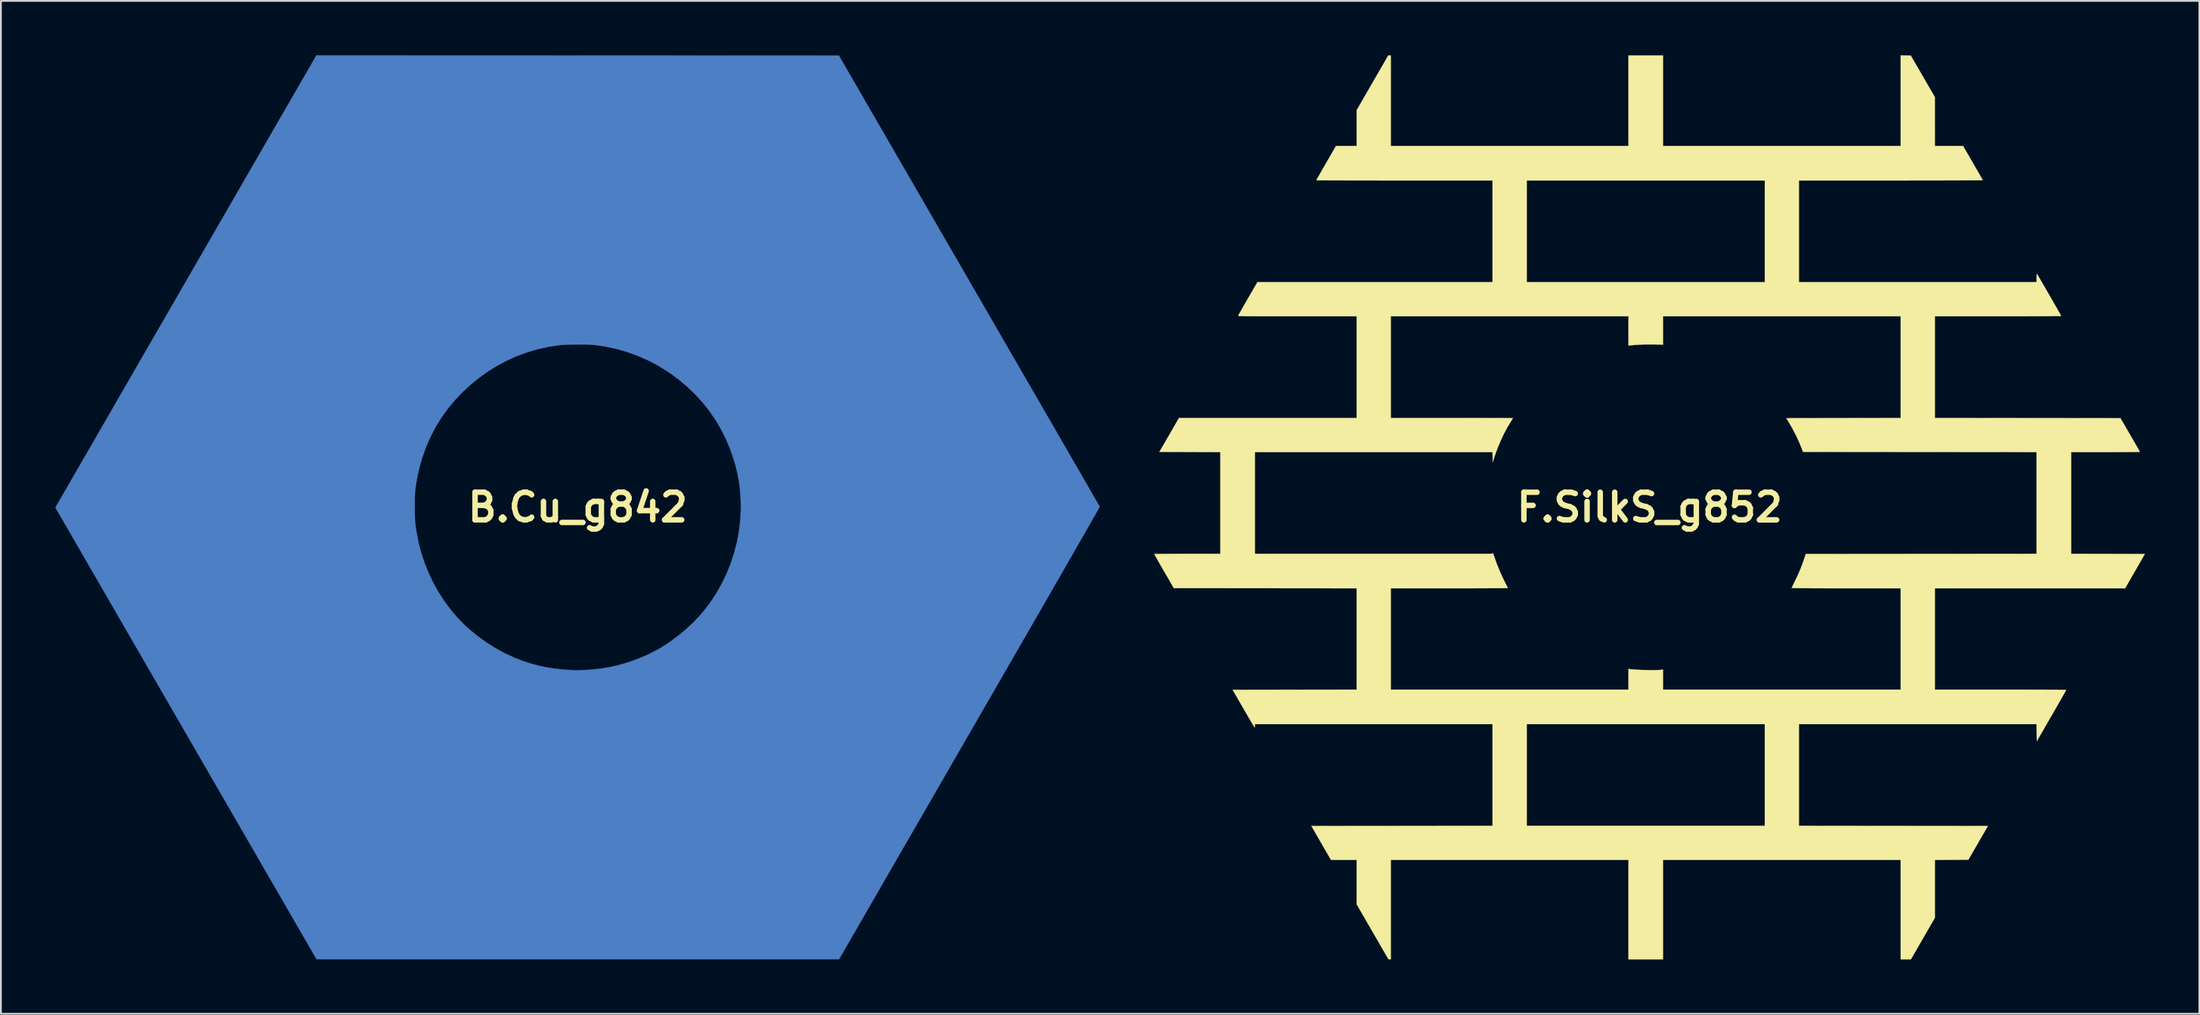
<source format=kicad_pcb>
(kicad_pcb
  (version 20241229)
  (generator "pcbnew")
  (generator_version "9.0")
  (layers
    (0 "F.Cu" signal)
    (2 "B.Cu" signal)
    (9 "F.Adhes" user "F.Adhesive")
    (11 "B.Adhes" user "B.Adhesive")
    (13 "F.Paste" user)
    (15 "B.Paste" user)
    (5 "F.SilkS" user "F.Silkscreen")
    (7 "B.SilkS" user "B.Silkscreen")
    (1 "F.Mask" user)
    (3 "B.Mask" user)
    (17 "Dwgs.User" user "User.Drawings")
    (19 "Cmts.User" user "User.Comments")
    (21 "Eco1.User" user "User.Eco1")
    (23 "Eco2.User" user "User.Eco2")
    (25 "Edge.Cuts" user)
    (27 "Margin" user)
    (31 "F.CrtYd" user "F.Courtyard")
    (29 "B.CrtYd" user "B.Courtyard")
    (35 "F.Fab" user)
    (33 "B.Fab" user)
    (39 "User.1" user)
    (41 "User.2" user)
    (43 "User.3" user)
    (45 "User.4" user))
  (footprint "B.Cu_g842"
    (layer "F.Cu")
    (at 28.799 24.939)
    (property "Reference" "B.Cu_g842" (at 0 0 0) (layer "F.SilkS") (effects (font (size 1.524 1.524) (thickness 0.3))))
    (attr through_hole)
    (fp_poly (pts (xy -0.003 -24.929) (xy 14.4 -24.924) (xy 17.831 -18.986) (xy 18.132 -18.467) (xy 18.451 -17.914) (xy 18.788 -17.331) (xy 19.14 -16.723) (xy 19.505 -16.092) (xy 19.88 -15.441) (xy 20.265 -14.775) (xy 20.657 -14.097) (xy 21.054 -13.411) (xy 21.454 -12.719) (xy 21.854 -12.026) (xy 22.254 -11.335) (xy 22.65 -10.649) (xy 23.041 -9.973) (xy 23.425 -9.308) (xy 23.8 -8.66) (xy 24.163 -8.032) (xy 24.513 -7.426) (xy 24.848 -6.847) (xy 25.014 -6.56) (xy 25.294 -6.074) (xy 25.57 -5.597) (xy 25.839 -5.131) (xy 26.101 -4.677) (xy 26.356 -4.237) (xy 26.602 -3.81) (xy 26.839 -3.4) (xy 27.066 -3.007) (xy 27.282 -2.632) (xy 27.487 -2.277) (xy 27.68 -1.943) (xy 27.86 -1.631) (xy 28.026 -1.343) (xy 28.177 -1.08) (xy 28.314 -0.844) (xy 28.434 -0.635) (xy 28.537 -0.455) (xy 28.623 -0.306) (xy 28.691 -0.188) (xy 28.74 -0.103) (xy 28.769 -0.052) (xy 28.777 -0.036) (xy 28.768 -0.016) (xy 28.737 0.041) (xy 28.685 0.135) (xy 28.613 0.264) (xy 28.52 0.428) (xy 28.406 0.628) (xy 28.272 0.864) (xy 28.118 1.134) (xy 27.944 1.438) (xy 27.75 1.777) (xy 27.537 2.15) (xy 27.303 2.557) (xy 27.051 2.998) (xy 26.778 3.472) (xy 26.487 3.979) (xy 26.177 4.518) (xy 25.848 5.091) (xy 25.5 5.695) (xy 25.133 6.332) (xy 24.748 7.001) (xy 24.345 7.701) (xy 23.924 8.432) (xy 23.485 9.195) (xy 23.027 9.988) (xy 22.552 10.811) (xy 22.06 11.666) (xy 21.598 12.466) (xy 14.407 24.934) (xy -14.392 24.934) (xy -14.422 24.887) (xy -14.435 24.866) (xy -14.467 24.809) (xy -14.52 24.718) (xy -14.592 24.594) (xy -14.682 24.438) (xy -14.79 24.251) (xy -14.915 24.035) (xy -15.057 23.789) (xy -15.215 23.517) (xy -15.388 23.218) (xy -15.575 22.894) (xy -15.776 22.546) (xy -15.991 22.175) (xy -16.217 21.783) (xy -16.456 21.37) (xy -16.706 20.938) (xy -16.966 20.487) (xy -17.236 20.02) (xy -17.515 19.537) (xy -17.803 19.039) (xy -18.099 18.527) (xy -18.401 18.003) (xy -18.711 17.468) (xy -19.026 16.923) (xy -19.346 16.369) (xy -19.67 15.807) (xy -19.999 15.239) (xy -20.331 14.665) (xy -20.665 14.087) (xy -21.001 13.505) (xy -21.338 12.922) (xy -21.675 12.338) (xy -22.013 11.754) (xy -22.349 11.171) (xy -22.684 10.592) (xy -23.017 10.016) (xy -23.347 9.445) (xy -23.673 8.88) (xy -23.995 8.322) (xy -24.312 7.773) (xy -24.624 7.233) (xy -24.93 6.704) (xy -25.229 6.187) (xy -25.52 5.683) (xy -25.803 5.193) (xy -26.077 4.719) (xy -26.341 4.261) (xy -26.596 3.82) (xy -26.839 3.399) (xy -27.071 2.997) (xy -27.291 2.617) (xy -27.498 2.259) (xy -27.691 1.924) (xy -27.87 1.614) (xy -28.034 1.33) (xy -28.183 1.072) (xy -28.315 0.843) (xy -28.431 0.642) (xy -28.529 0.473) (xy -28.609 0.334) (xy -28.67 0.229) (xy -28.711 0.157) (xy -28.732 0.12) (xy -28.735 0.116) (xy -28.794 0.009) (xy -28.752 -0.064) (xy -8.984 -0.064) (xy -8.984 0.159) (xy -8.982 0.347) (xy -8.978 0.51) (xy -8.972 0.655) (xy -8.962 0.792) (xy -8.948 0.928) (xy -8.929 1.073) (xy -8.906 1.233) (xy -8.888 1.352) (xy -8.776 1.936) (xy -8.626 2.512) (xy -8.439 3.078) (xy -8.216 3.631) (xy -7.96 4.167) (xy -7.671 4.683) (xy -7.352 5.178) (xy -7.003 5.648) (xy -6.627 6.09) (xy -6.224 6.502) (xy -5.99 6.716) (xy -5.529 7.096) (xy -5.045 7.447) (xy -4.544 7.764) (xy -4.03 8.045) (xy -3.509 8.287) (xy -3.465 8.306) (xy -3.035 8.473) (xy -2.603 8.614) (xy -2.165 8.732) (xy -1.713 8.826) (xy -1.243 8.9) (xy -0.747 8.953) (xy -0.221 8.986) (xy -0.074 8.992) (xy -0.026 8.992) (xy 0.056 8.99) (xy 0.163 8.986) (xy 0.287 8.981) (xy 0.413 8.974) (xy 0.903 8.938) (xy 1.366 8.882) (xy 1.813 8.804) (xy 2.254 8.702) (xy 2.701 8.574) (xy 2.868 8.52) (xy 3.399 8.327) (xy 3.909 8.104) (xy 4.393 7.855) (xy 4.848 7.581) (xy 5.102 7.409) (xy 5.552 7.072) (xy 5.964 6.731) (xy 6.342 6.381) (xy 6.691 6.018) (xy 7.014 5.637) (xy 7.306 5.249) (xy 7.643 4.738) (xy 7.944 4.206) (xy 8.209 3.655) (xy 8.437 3.087) (xy 8.627 2.506) (xy 8.778 1.914) (xy 8.89 1.313) (xy 8.961 0.706) (xy 8.991 0.096) (xy 8.989 -0.286) (xy 8.968 -0.724) (xy 8.928 -1.143) (xy 8.868 -1.551) (xy 8.786 -1.956) (xy 8.68 -2.367) (xy 8.548 -2.792) (xy 8.399 -3.217) (xy 8.174 -3.761) (xy 7.91 -4.289) (xy 7.61 -4.8) (xy 7.275 -5.29) (xy 6.905 -5.759) (xy 6.502 -6.205) (xy 6.068 -6.626) (xy 5.604 -7.02) (xy 5.112 -7.386) (xy 4.958 -7.49) (xy 4.429 -7.817) (xy 3.882 -8.105) (xy 3.318 -8.355) (xy 2.738 -8.565) (xy 2.144 -8.736) (xy 1.535 -8.868) (xy 0.931 -8.957) (xy 0.807 -8.968) (xy 0.648 -8.976) (xy 0.463 -8.982) (xy 0.259 -8.985) (xy 0.044 -8.985) (xy -0.175 -8.984) (xy -0.389 -8.98) (xy -0.591 -8.973) (xy -0.773 -8.964) (xy -0.928 -8.954) (xy -1.005 -8.946) (xy -1.618 -8.854) (xy -2.215 -8.722) (xy -2.797 -8.551) (xy -3.365 -8.34) (xy -3.92 -8.089) (xy -4.462 -7.798) (xy -4.911 -7.52) (xy -5.414 -7.165) (xy -5.891 -6.779) (xy -6.34 -6.365) (xy -6.758 -5.926) (xy -7.143 -5.462) (xy -7.495 -4.976) (xy -7.81 -4.471) (xy -7.836 -4.424) (xy -8.113 -3.893) (xy -8.355 -3.34) (xy -8.56 -2.767) (xy -8.73 -2.175) (xy -8.862 -1.567) (xy -8.936 -1.101) (xy -8.95 -0.993) (xy -8.961 -0.893) (xy -8.969 -0.794) (xy -8.976 -0.687) (xy -8.98 -0.566) (xy -8.982 -0.424) (xy -8.984 -0.254) (xy -8.984 -0.064) (xy -28.752 -0.064) (xy -27.824 -1.673) (xy -27.714 -1.863) (xy -27.584 -2.088) (xy -27.435 -2.346) (xy -27.268 -2.636) (xy -27.083 -2.957) (xy -26.881 -3.307) (xy -26.664 -3.683) (xy -26.432 -4.085) (xy -26.186 -4.512) (xy -25.928 -4.96) (xy -25.657 -5.43) (xy -25.375 -5.918) (xy -25.083 -6.425) (xy -24.781 -6.947) (xy -24.472 -7.484) (xy -24.155 -8.034) (xy -23.831 -8.595) (xy -23.502 -9.166) (xy -23.168 -9.745) (xy -22.83 -10.33) (xy -22.489 -10.921) (xy -22.147 -11.515) (xy -21.803 -12.111) (xy -21.459 -12.707) (xy -21.116 -13.301) (xy -20.775 -13.893) (xy -20.436 -14.48) (xy -20.101 -15.061) (xy -19.77 -15.635) (xy -19.445 -16.199) (xy -19.126 -16.752) (xy -18.814 -17.293) (xy -18.51 -17.82) (xy -18.215 -18.331) (xy -17.93 -18.825) (xy -17.656 -19.3) (xy -17.393 -19.755) (xy -17.144 -20.188) (xy -16.907 -20.598) (xy -16.747 -20.876) (xy -14.406 -24.934) (xy -0.003 -24.929)) (stroke (width 0.01) (type solid)) (fill yes) (layer "B.Cu")))
  (footprint "F.SilkS_g852"
    (layer "F.Cu")
    (at 87.891 24.941)
    (property "Reference" "F.SilkS_g852" (at 0 0 0) (layer "F.SilkS") (effects (font (size 1.524 1.524) (thickness 0.3))))
    (attr through_hole)
    (fp_poly (pts (xy 14.4 -24.924) (xy 15.725 -22.638) (xy 15.727 -19.939) (xy 17.283 -19.938) (xy 17.822 -19.004) (xy 17.927 -18.822) (xy 18.026 -18.652) (xy 18.116 -18.495) (xy 18.195 -18.357) (xy 18.262 -18.24) (xy 18.315 -18.148) (xy 18.351 -18.085) (xy 18.368 -18.054) (xy 18.369 -18.052) (xy 18.349 -18.05) (xy 18.288 -18.049) (xy 18.189 -18.047) (xy 18.053 -18.046) (xy 17.881 -18.044) (xy 17.677 -18.043) (xy 17.441 -18.042) (xy 17.175 -18.04) (xy 16.882 -18.039) (xy 16.563 -18.038) (xy 16.22 -18.037) (xy 15.855 -18.036) (xy 15.469 -18.036) (xy 15.065 -18.035) (xy 14.644 -18.035) (xy 14.208 -18.034) (xy 13.758 -18.034) (xy 13.305 -18.034) (xy 8.234 -18.034) (xy 8.234 -12.425) (xy 21.336 -12.425) (xy 21.336 -12.662) (xy 21.338 -12.763) (xy 21.342 -12.835) (xy 21.349 -12.874) (xy 21.355 -12.879) (xy 21.37 -12.856) (xy 21.403 -12.801) (xy 21.453 -12.717) (xy 21.517 -12.608) (xy 21.593 -12.478) (xy 21.679 -12.33) (xy 21.772 -12.169) (xy 21.871 -11.998) (xy 21.973 -11.821) (xy 22.076 -11.642) (xy 22.178 -11.465) (xy 22.277 -11.293) (xy 22.37 -11.13) (xy 22.456 -10.98) (xy 22.531 -10.847) (xy 22.595 -10.735) (xy 22.644 -10.648) (xy 22.676 -10.588) (xy 22.69 -10.561) (xy 22.691 -10.56) (xy 22.67 -10.558) (xy 22.608 -10.556) (xy 22.508 -10.553) (xy 22.371 -10.552) (xy 22.198 -10.55) (xy 21.992 -10.548) (xy 21.754 -10.547) (xy 21.485 -10.545) (xy 21.189 -10.544) (xy 20.866 -10.543) (xy 20.518 -10.542) (xy 20.147 -10.542) (xy 19.754 -10.541) (xy 19.342 -10.541) (xy 19.209 -10.541) (xy 15.727 -10.541) (xy 15.727 -4.932) (xy 20.843 -4.927) (xy 25.96 -4.921) (xy 26.494 -4) (xy 26.598 -3.82) (xy 26.696 -3.651) (xy 26.785 -3.496) (xy 26.863 -3.36) (xy 26.929 -3.245) (xy 26.979 -3.155) (xy 27.013 -3.094) (xy 27.028 -3.066) (xy 27.029 -3.064) (xy 27.008 -3.062) (xy 26.948 -3.059) (xy 26.852 -3.057) (xy 26.723 -3.055) (xy 26.563 -3.053) (xy 26.375 -3.052) (xy 26.164 -3.051) (xy 25.931 -3.049) (xy 25.679 -3.049) (xy 25.413 -3.048) (xy 25.135 -3.048) (xy 23.241 -3.048) (xy 23.241 2.561) (xy 25.273 2.566) (xy 27.305 2.572) (xy 26.215 4.465) (xy 20.971 4.466) (xy 15.727 4.466) (xy 15.727 10.054) (xy 19.346 10.054) (xy 19.847 10.054) (xy 20.314 10.055) (xy 20.744 10.055) (xy 21.138 10.056) (xy 21.496 10.057) (xy 21.816 10.058) (xy 22.098 10.06) (xy 22.341 10.062) (xy 22.546 10.064) (xy 22.71 10.066) (xy 22.835 10.068) (xy 22.918 10.071) (xy 22.961 10.073) (xy 22.966 10.075) (xy 22.955 10.096) (xy 22.926 10.151) (xy 22.878 10.237) (xy 22.813 10.351) (xy 22.735 10.49) (xy 22.643 10.651) (xy 22.539 10.832) (xy 22.426 11.03) (xy 22.304 11.241) (xy 22.176 11.464) (xy 22.156 11.498) (xy 21.347 12.901) (xy 21.341 12.43) (xy 21.335 11.959) (xy 8.234 11.959) (xy 8.234 17.568) (xy 18.649 17.579) (xy 18.112 18.51) (xy 17.574 19.442) (xy 16.651 19.447) (xy 15.727 19.453) (xy 15.727 22.645) (xy 15.067 23.79) (xy 14.407 24.934) (xy 13.843 24.934) (xy 13.843 19.452) (xy 0.741 19.452) (xy 0.741 24.934) (xy -1.164 24.934) (xy -1.164 19.452) (xy -14.266 19.452) (xy -14.266 24.934) (xy -14.329 24.934) (xy -14.379 24.926) (xy -14.408 24.908) (xy -14.421 24.886) (xy -14.453 24.83) (xy -14.504 24.743) (xy -14.571 24.628) (xy -14.652 24.487) (xy -14.747 24.323) (xy -14.853 24.14) (xy -14.969 23.939) (xy -15.094 23.724) (xy -15.225 23.497) (xy -15.287 23.389) (xy -16.15 21.897) (xy -16.15 19.452) (xy -17.563 19.452) (xy -18.104 18.516) (xy -18.645 17.579) (xy -13.651 17.574) (xy -8.657 17.568) (xy -8.657 11.959) (xy -6.773 11.959) (xy -6.773 17.568) (xy 6.35 17.568) (xy 6.35 11.959) (xy -6.773 11.959) (xy -8.657 11.959) (xy -21.759 11.959) (xy -21.759 12.059) (xy -21.763 12.119) (xy -21.773 12.14) (xy -21.781 12.136) (xy -21.796 12.114) (xy -21.829 12.059) (xy -21.88 11.974) (xy -21.946 11.862) (xy -22.025 11.727) (xy -22.115 11.572) (xy -22.215 11.401) (xy -22.322 11.217) (xy -22.395 11.089) (xy -22.987 10.065) (xy -19.569 10.059) (xy -16.15 10.054) (xy -16.15 4.466) (xy -26.229 4.456) (xy -26.767 3.525) (xy -26.872 3.343) (xy -26.97 3.173) (xy -27.059 3.017) (xy -27.137 2.88) (xy -27.203 2.763) (xy -27.254 2.672) (xy -27.289 2.61) (xy -27.304 2.58) (xy -27.305 2.578) (xy -27.284 2.575) (xy -27.224 2.573) (xy -27.128 2.571) (xy -26.999 2.568) (xy -26.839 2.567) (xy -26.653 2.565) (xy -26.443 2.564) (xy -26.211 2.563) (xy -25.962 2.562) (xy -25.698 2.561) (xy -25.485 2.561) (xy -23.664 2.561) (xy -23.664 -3.048) (xy -23.743 -3.048) (xy -21.759 -3.048) (xy -21.759 2.561) (xy -8.66 2.561) (xy -8.653 2.514) (xy -8.644 2.512) (xy -8.625 2.548) (xy -8.598 2.618) (xy -8.563 2.719) (xy -8.558 2.734) (xy -8.411 3.147) (xy -8.24 3.567) (xy -8.054 3.971) (xy -8.013 4.053) (xy -7.954 4.17) (xy -7.902 4.274) (xy -7.86 4.359) (xy -7.829 4.419) (xy -7.815 4.449) (xy -7.814 4.45) (xy -7.834 4.452) (xy -7.894 4.454) (xy -7.992 4.456) (xy -8.125 4.457) (xy -8.291 4.459) (xy -8.489 4.46) (xy -8.715 4.461) (xy -8.967 4.462) (xy -9.243 4.463) (xy -9.541 4.464) (xy -9.859 4.465) (xy -10.194 4.466) (xy -10.543 4.466) (xy -10.905 4.466) (xy -11.037 4.466) (xy -14.266 4.466) (xy -14.266 10.054) (xy -1.164 10.054) (xy -1.164 8.908) (xy -1.106 8.92) (xy -1.024 8.932) (xy -0.906 8.943) (xy -0.761 8.953) (xy -0.594 8.962) (xy -0.413 8.969) (xy -0.226 8.974) (xy -0.038 8.978) (xy 0.142 8.979) (xy 0.307 8.978) (xy 0.452 8.975) (xy 0.568 8.969) (xy 0.625 8.963) (xy 0.741 8.949) (xy 0.741 10.054) (xy 13.843 10.054) (xy 13.843 4.466) (xy 10.837 4.466) (xy 10.484 4.466) (xy 10.143 4.466) (xy 9.816 4.465) (xy 9.505 4.464) (xy 9.214 4.463) (xy 8.943 4.462) (xy 8.696 4.461) (xy 8.476 4.459) (xy 8.284 4.458) (xy 8.122 4.456) (xy 7.994 4.454) (xy 7.901 4.452) (xy 7.847 4.45) (xy 7.832 4.449) (xy 7.841 4.425) (xy 7.866 4.37) (xy 7.904 4.29) (xy 7.953 4.192) (xy 7.999 4.098) (xy 8.166 3.751) (xy 8.313 3.408) (xy 8.449 3.05) (xy 8.501 2.9) (xy 8.613 2.572) (xy 14.975 2.566) (xy 21.336 2.561) (xy 21.336 -3.048) (xy 8.459 -3.059) (xy 8.37 -3.291) (xy 8.217 -3.662) (xy 8.035 -4.045) (xy 7.832 -4.426) (xy 7.659 -4.72) (xy 7.535 -4.921) (xy 10.689 -4.927) (xy 13.843 -4.932) (xy 13.843 -10.541) (xy 0.741 -10.541) (xy 0.741 -8.978) (xy 0.249 -8.99) (xy -0.278 -8.989) (xy -0.791 -8.962) (xy -1.032 -8.94) (xy -1.164 -8.926) (xy -1.164 -10.541) (xy -14.266 -10.541) (xy -14.266 -4.932) (xy -10.901 -4.932) (xy -10.527 -4.932) (xy -10.165 -4.932) (xy -9.816 -4.931) (xy -9.484 -4.931) (xy -9.17 -4.93) (xy -8.877 -4.93) (xy -8.607 -4.929) (xy -8.361 -4.928) (xy -8.144 -4.928) (xy -7.956 -4.927) (xy -7.799 -4.926) (xy -7.677 -4.925) (xy -7.591 -4.924) (xy -7.544 -4.923) (xy -7.535 -4.922) (xy -7.546 -4.901) (xy -7.575 -4.853) (xy -7.616 -4.788) (xy -7.631 -4.763) (xy -7.833 -4.429) (xy -8.029 -4.062) (xy -8.212 -3.674) (xy -8.379 -3.274) (xy -8.526 -2.873) (xy -8.598 -2.646) (xy -8.647 -2.487) (xy -8.652 -2.768) (xy -8.658 -3.048) (xy -21.759 -3.048) (xy -23.743 -3.048) (xy -25.344 -3.053) (xy -27.025 -3.059) (xy -26.484 -3.995) (xy -25.944 -4.932) (xy -16.15 -4.932) (xy -16.15 -10.541) (xy -19.423 -10.541) (xy -19.859 -10.541) (xy -20.255 -10.541) (xy -20.613 -10.541) (xy -20.934 -10.542) (xy -21.221 -10.542) (xy -21.475 -10.542) (xy -21.698 -10.543) (xy -21.892 -10.544) (xy -22.06 -10.545) (xy -22.202 -10.546) (xy -22.322 -10.548) (xy -22.42 -10.55) (xy -22.5 -10.552) (xy -22.562 -10.554) (xy -22.609 -10.557) (xy -22.642 -10.56) (xy -22.664 -10.564) (xy -22.677 -10.568) (xy -22.682 -10.572) (xy -22.682 -10.575) (xy -22.669 -10.6) (xy -22.637 -10.658) (xy -22.588 -10.745) (xy -22.524 -10.858) (xy -22.447 -10.992) (xy -22.36 -11.145) (xy -22.263 -11.313) (xy -22.16 -11.491) (xy -22.145 -11.517) (xy -21.622 -12.425) (xy -8.657 -12.425) (xy -8.657 -18.034) (xy -6.773 -18.034) (xy -6.773 -12.425) (xy 6.35 -12.425) (xy 6.35 -18.034) (xy -6.773 -18.034) (xy -8.657 -18.034) (xy -13.515 -18.034) (xy -13.965 -18.034) (xy -14.404 -18.034) (xy -14.83 -18.034) (xy -15.241 -18.035) (xy -15.635 -18.035) (xy -16.01 -18.036) (xy -16.365 -18.036) (xy -16.697 -18.037) (xy -17.005 -18.038) (xy -17.286 -18.038) (xy -17.54 -18.039) (xy -17.763 -18.04) (xy -17.955 -18.041) (xy -18.113 -18.042) (xy -18.235 -18.043) (xy -18.32 -18.044) (xy -18.365 -18.045) (xy -18.373 -18.046) (xy -18.362 -18.066) (xy -18.333 -18.119) (xy -18.286 -18.202) (xy -18.224 -18.311) (xy -18.149 -18.443) (xy -18.063 -18.594) (xy -17.967 -18.761) (xy -17.864 -18.94) (xy -17.83 -18.998) (xy -17.288 -19.939) (xy -16.15 -19.939) (xy -16.15 -21.91) (xy -15.278 -23.422) (xy -14.406 -24.934) (xy -14.266 -24.934) (xy -14.266 -19.939) (xy -1.164 -19.939) (xy -1.164 -24.934) (xy 0.741 -24.934) (xy 0.741 -19.939) (xy 13.843 -19.939) (xy 13.843 -24.936) (xy 14.4 -24.924)) (stroke (width 0.01) (type solid)) (fill yes) (layer "F.SilkS")))
  (gr_rect
    (start -3 -3)
    (end 118.201 52.88)
    (stroke (width 0.1) (type default))
    (fill no)
    (layer "Edge.Cuts")))
</source>
